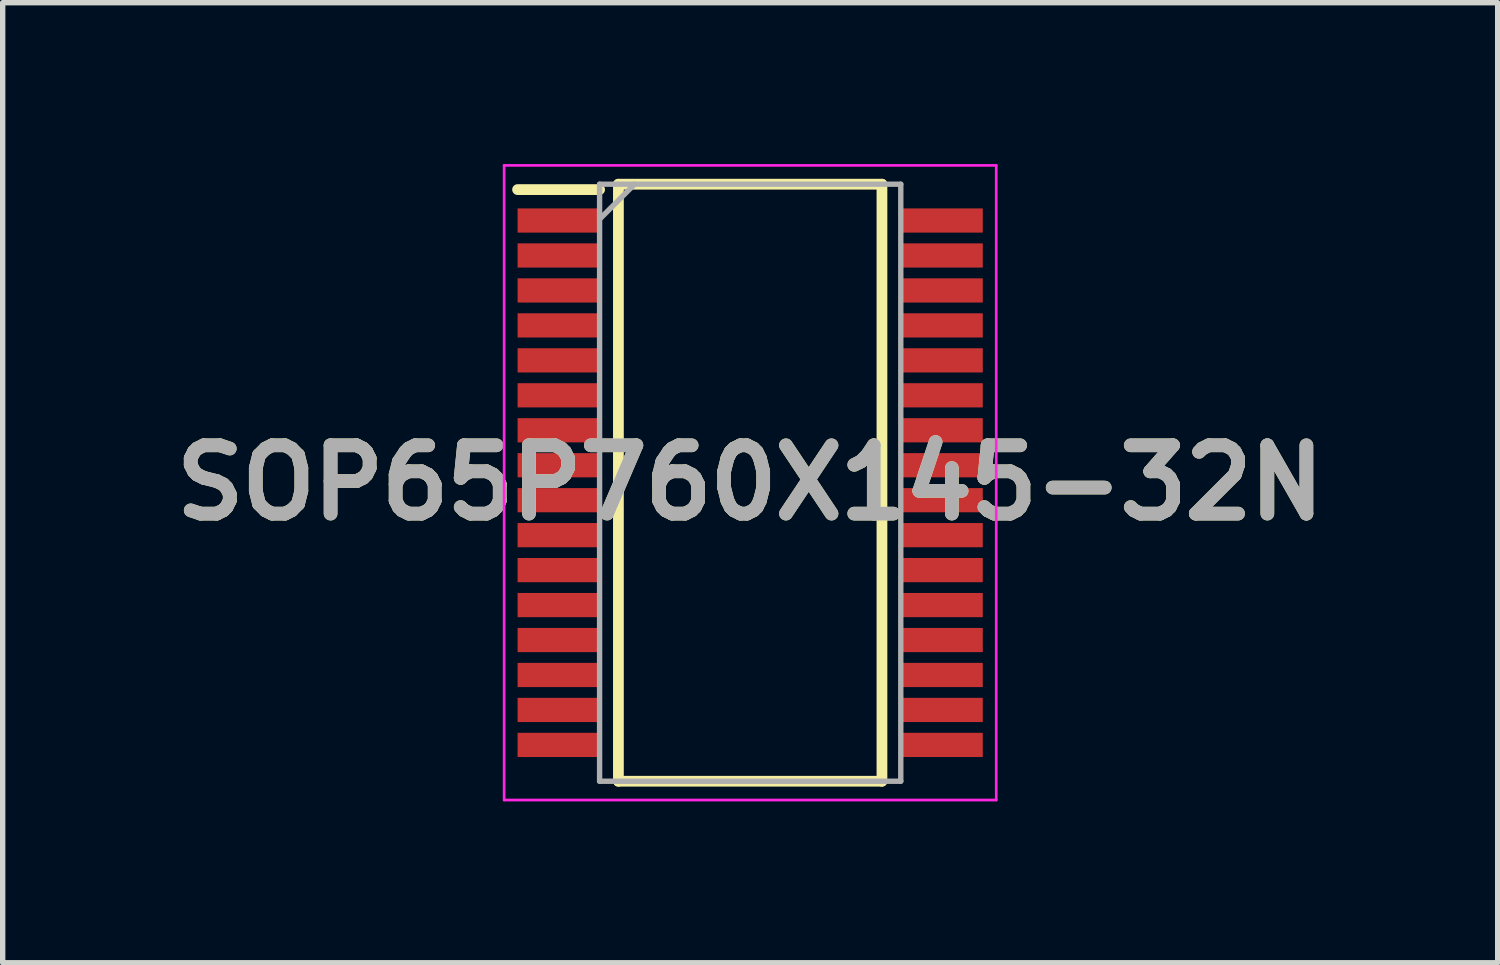
<source format=kicad_pcb>
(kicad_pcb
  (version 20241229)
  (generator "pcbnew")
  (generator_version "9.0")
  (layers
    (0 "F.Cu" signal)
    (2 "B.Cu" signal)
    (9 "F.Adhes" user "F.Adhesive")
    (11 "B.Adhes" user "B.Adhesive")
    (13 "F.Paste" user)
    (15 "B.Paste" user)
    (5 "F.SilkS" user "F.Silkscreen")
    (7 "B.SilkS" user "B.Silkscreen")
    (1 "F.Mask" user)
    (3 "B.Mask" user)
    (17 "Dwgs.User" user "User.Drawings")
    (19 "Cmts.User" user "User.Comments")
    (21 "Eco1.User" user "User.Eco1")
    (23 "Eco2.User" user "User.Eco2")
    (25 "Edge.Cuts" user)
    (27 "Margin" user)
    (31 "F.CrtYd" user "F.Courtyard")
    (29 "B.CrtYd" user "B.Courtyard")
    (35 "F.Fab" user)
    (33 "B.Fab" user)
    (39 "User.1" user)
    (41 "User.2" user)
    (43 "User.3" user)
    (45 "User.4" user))
  (footprint "SOP65P760X145-32N"
    (layer "F.Cu")
    (at 10.898 5.925)
    (property "Reference" "SOP65P760X145-32N" (at 0 0 0) (layer "F.SilkS") (effects (font (size 1.27 1.27) (thickness 0.254))))
    (attr smd)
    (fp_line (start -4.325 -5.45) (end -2.8 -5.45) (stroke (width 0.2) (type solid)) (layer "F.SilkS"))
    (fp_line (start -2.45 -5.55) (end 2.45 -5.55) (stroke (width 0.2) (type solid)) (layer "F.SilkS"))
    (fp_line (start -2.45 5.55) (end -2.45 -5.55) (stroke (width 0.2) (type solid)) (layer "F.SilkS"))
    (fp_line (start 2.45 -5.55) (end 2.45 5.55) (stroke (width 0.2) (type solid)) (layer "F.SilkS"))
    (fp_line (start 2.45 5.55) (end -2.45 5.55) (stroke (width 0.2) (type solid)) (layer "F.SilkS"))
    (fp_line (start -4.575 -5.9) (end 4.575 -5.9) (stroke (width 0.05) (type solid)) (layer "F.CrtYd"))
    (fp_line (start -4.575 5.9) (end -4.575 -5.9) (stroke (width 0.05) (type solid)) (layer "F.CrtYd"))
    (fp_line (start 4.575 -5.9) (end 4.575 5.9) (stroke (width 0.05) (type solid)) (layer "F.CrtYd"))
    (fp_line (start 4.575 5.9) (end -4.575 5.9) (stroke (width 0.05) (type solid)) (layer "F.CrtYd"))
    (fp_line (start -2.8 -5.55) (end 2.8 -5.55) (stroke (width 0.1) (type solid)) (layer "F.Fab"))
    (fp_line (start -2.8 -4.9) (end -2.15 -5.55) (stroke (width 0.1) (type solid)) (layer "F.Fab"))
    (fp_line (start -2.8 5.55) (end -2.8 -5.55) (stroke (width 0.1) (type solid)) (layer "F.Fab"))
    (fp_line (start 2.8 -5.55) (end 2.8 5.55) (stroke (width 0.1) (type solid)) (layer "F.Fab"))
    (fp_line (start 2.8 5.55) (end -2.8 5.55) (stroke (width 0.1) (type solid)) (layer "F.Fab"))
    (fp_text user "${REFERENCE}" (at 0 0 0) (layer "F.Fab") (effects (font (size 1.27 1.27) (thickness 0.254))))
    (pad "1" smd rect (at -3.562 -4.875 90) (size 0.45 1.525) (layers "F.Cu" "F.Mask" "F.Paste"))
    (pad "2" smd rect (at -3.562 -4.225 90) (size 0.45 1.525) (layers "F.Cu" "F.Mask" "F.Paste"))
    (pad "3" smd rect (at -3.562 -3.575 90) (size 0.45 1.525) (layers "F.Cu" "F.Mask" "F.Paste"))
    (pad "4" smd rect (at -3.562 -2.925 90) (size 0.45 1.525) (layers "F.Cu" "F.Mask" "F.Paste"))
    (pad "5" smd rect (at -3.562 -2.275 90) (size 0.45 1.525) (layers "F.Cu" "F.Mask" "F.Paste"))
    (pad "6" smd rect (at -3.562 -1.625 90) (size 0.45 1.525) (layers "F.Cu" "F.Mask" "F.Paste"))
    (pad "7" smd rect (at -3.562 -0.975 90) (size 0.45 1.525) (layers "F.Cu" "F.Mask" "F.Paste"))
    (pad "8" smd rect (at -3.562 -0.325 90) (size 0.45 1.525) (layers "F.Cu" "F.Mask" "F.Paste"))
    (pad "9" smd rect (at -3.562 0.325 90) (size 0.45 1.525) (layers "F.Cu" "F.Mask" "F.Paste"))
    (pad "10" smd rect (at -3.562 0.975 90) (size 0.45 1.525) (layers "F.Cu" "F.Mask" "F.Paste"))
    (pad "11" smd rect (at -3.562 1.625 90) (size 0.45 1.525) (layers "F.Cu" "F.Mask" "F.Paste"))
    (pad "12" smd rect (at -3.562 2.275 90) (size 0.45 1.525) (layers "F.Cu" "F.Mask" "F.Paste"))
    (pad "13" smd rect (at -3.562 2.925 90) (size 0.45 1.525) (layers "F.Cu" "F.Mask" "F.Paste"))
    (pad "14" smd rect (at -3.562 3.575 90) (size 0.45 1.525) (layers "F.Cu" "F.Mask" "F.Paste"))
    (pad "15" smd rect (at -3.562 4.225 90) (size 0.45 1.525) (layers "F.Cu" "F.Mask" "F.Paste"))
    (pad "16" smd rect (at -3.562 4.875 90) (size 0.45 1.525) (layers "F.Cu" "F.Mask" "F.Paste"))
    (pad "17" smd rect (at 3.562 4.875 90) (size 0.45 1.525) (layers "F.Cu" "F.Mask" "F.Paste"))
    (pad "18" smd rect (at 3.562 4.225 90) (size 0.45 1.525) (layers "F.Cu" "F.Mask" "F.Paste"))
    (pad "19" smd rect (at 3.562 3.575 90) (size 0.45 1.525) (layers "F.Cu" "F.Mask" "F.Paste"))
    (pad "20" smd rect (at 3.562 2.925 90) (size 0.45 1.525) (layers "F.Cu" "F.Mask" "F.Paste"))
    (pad "21" smd rect (at 3.562 2.275 90) (size 0.45 1.525) (layers "F.Cu" "F.Mask" "F.Paste"))
    (pad "22" smd rect (at 3.562 1.625 90) (size 0.45 1.525) (layers "F.Cu" "F.Mask" "F.Paste"))
    (pad "23" smd rect (at 3.562 0.975 90) (size 0.45 1.525) (layers "F.Cu" "F.Mask" "F.Paste"))
    (pad "24" smd rect (at 3.562 0.325 90) (size 0.45 1.525) (layers "F.Cu" "F.Mask" "F.Paste"))
    (pad "25" smd rect (at 3.562 -0.325 90) (size 0.45 1.525) (layers "F.Cu" "F.Mask" "F.Paste"))
    (pad "26" smd rect (at 3.562 -0.975 90) (size 0.45 1.525) (layers "F.Cu" "F.Mask" "F.Paste"))
    (pad "27" smd rect (at 3.562 -1.625 90) (size 0.45 1.525) (layers "F.Cu" "F.Mask" "F.Paste"))
    (pad "28" smd rect (at 3.562 -2.275 90) (size 0.45 1.525) (layers "F.Cu" "F.Mask" "F.Paste"))
    (pad "29" smd rect (at 3.562 -2.925 90) (size 0.45 1.525) (layers "F.Cu" "F.Mask" "F.Paste"))
    (pad "30" smd rect (at 3.562 -3.575 90) (size 0.45 1.525) (layers "F.Cu" "F.Mask" "F.Paste"))
    (pad "31" smd rect (at 3.562 -4.225 90) (size 0.45 1.525) (layers "F.Cu" "F.Mask" "F.Paste"))
    (pad "32" smd rect (at 3.562 -4.875 90) (size 0.45 1.525) (layers "F.Cu" "F.Mask" "F.Paste")))
  (gr_rect
    (start -3 -3)
    (end 24.796 14.85)
    (stroke (width 0.1) (type default))
    (fill no)
    (layer "Edge.Cuts")))
</source>
